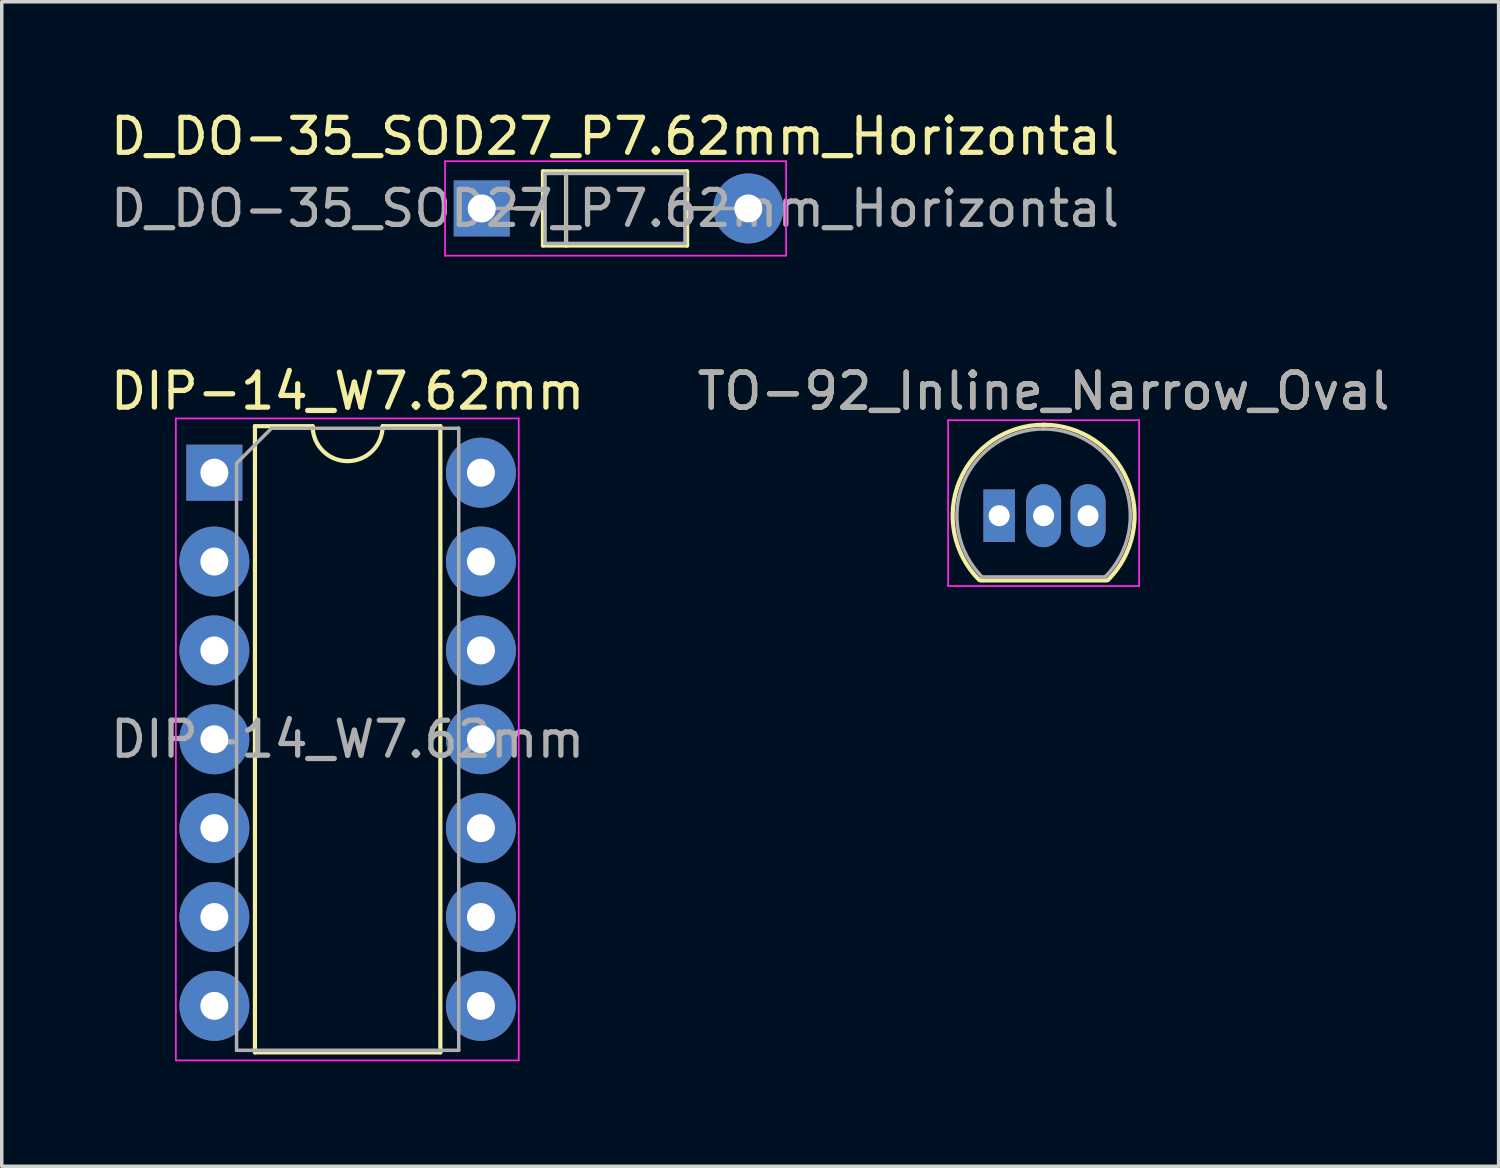
<source format=kicad_pcb>
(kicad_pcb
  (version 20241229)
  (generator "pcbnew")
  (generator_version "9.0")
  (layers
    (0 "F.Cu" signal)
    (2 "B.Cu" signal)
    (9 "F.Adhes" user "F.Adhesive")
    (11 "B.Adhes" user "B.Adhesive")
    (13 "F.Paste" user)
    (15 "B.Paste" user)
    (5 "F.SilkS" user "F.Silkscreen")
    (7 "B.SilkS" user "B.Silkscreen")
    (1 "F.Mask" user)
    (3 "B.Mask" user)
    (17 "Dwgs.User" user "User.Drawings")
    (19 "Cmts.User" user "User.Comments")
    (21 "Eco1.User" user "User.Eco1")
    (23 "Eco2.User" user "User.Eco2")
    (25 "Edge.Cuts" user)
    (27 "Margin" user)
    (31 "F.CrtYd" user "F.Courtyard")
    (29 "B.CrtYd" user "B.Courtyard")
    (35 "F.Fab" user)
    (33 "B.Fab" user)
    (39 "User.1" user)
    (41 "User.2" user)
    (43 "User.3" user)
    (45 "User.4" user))
  (footprint "TO-92_Inline_Narrow_Oval"
    (layer "F.Cu")
    (at 25.51 11.691)
    (property "Reference" "TO-92_Inline_Narrow_Oval" (at 1.27 -3.56 0) (layer "F.SilkS") (effects (font (size 1 1) (thickness 0.15))))
    (attr through_hole)
    (fp_line (start -0.53 1.85) (end 3.07 1.85) (stroke (width 0.12) (type solid)) (layer "F.SilkS"))
    (fp_arc (start -0.568478 1.838478) (mid -1.132087 -0.994977) (end 1.27 -2.6) (stroke (width 0.12) (type solid)) (layer "F.SilkS"))
    (fp_arc (start 1.27 -2.6) (mid 3.672087 -0.994977) (end 3.108478 1.838478) (stroke (width 0.12) (type solid)) (layer "F.SilkS"))
    (fp_line (start -1.46 -2.73) (end -1.46 2.01) (stroke (width 0.05) (type solid)) (layer "F.CrtYd"))
    (fp_line (start -1.46 -2.73) (end 4 -2.73) (stroke (width 0.05) (type solid)) (layer "F.CrtYd"))
    (fp_line (start 4 2.01) (end -1.46 2.01) (stroke (width 0.05) (type solid)) (layer "F.CrtYd"))
    (fp_line (start 4 2.01) (end 4 -2.73) (stroke (width 0.05) (type solid)) (layer "F.CrtYd"))
    (fp_line (start -0.5 1.75) (end 3 1.75) (stroke (width 0.1) (type solid)) (layer "F.Fab"))
    (fp_arc (start -0.483625 1.753625) (mid -1.021221 -0.949055) (end 1.27 -2.48) (stroke (width 0.1) (type solid)) (layer "F.Fab"))
    (fp_arc (start 1.27 -2.48) (mid 3.561221 -0.949055) (end 3.023625 1.753625) (stroke (width 0.1) (type solid)) (layer "F.Fab"))
    (fp_text user "${REFERENCE}" (at 1.27 -3.56 0) (layer "F.Fab") (effects (font (size 1 1) (thickness 0.15))))
    (pad "1" thru_hole rect (at 0 0 180) (size 0.9 1.5) (drill 0.6) (layers "*.Cu" "*.Mask"))
    (pad "2" thru_hole oval (at 1.27 0 180) (size 1 1.8) (drill 0.6) (layers "*.Cu" "*.Mask"))
    (pad "3" thru_hole oval (at 2.54 0 180) (size 1 1.8) (drill 0.6) (layers "*.Cu" "*.Mask")))
  (footprint "DIP-14_W7.62mm"
    (layer "F.Cu")
    (at 3.077 10.461)
    (property "Reference" "DIP-14_W7.62mm" (at 3.81 -2.33 0) (layer "F.SilkS") (effects (font (size 1 1) (thickness 0.15))))
    (attr through_hole)
    (fp_line (start 1.16 -1.33) (end 1.16 16.57) (stroke (width 0.12) (type solid)) (layer "F.SilkS"))
    (fp_line (start 1.16 16.57) (end 6.46 16.57) (stroke (width 0.12) (type solid)) (layer "F.SilkS"))
    (fp_line (start 2.81 -1.33) (end 1.16 -1.33) (stroke (width 0.12) (type solid)) (layer "F.SilkS"))
    (fp_line (start 6.46 -1.33) (end 4.81 -1.33) (stroke (width 0.12) (type solid)) (layer "F.SilkS"))
    (fp_line (start 6.46 16.57) (end 6.46 -1.33) (stroke (width 0.12) (type solid)) (layer "F.SilkS"))
    (fp_arc (start 4.81 -1.33) (mid 3.81 -0.33) (end 2.81 -1.33) (stroke (width 0.12) (type solid)) (layer "F.SilkS"))
    (fp_line (start -1.1 -1.55) (end -1.1 16.8) (stroke (width 0.05) (type solid)) (layer "F.CrtYd"))
    (fp_line (start -1.1 16.8) (end 8.7 16.8) (stroke (width 0.05) (type solid)) (layer "F.CrtYd"))
    (fp_line (start 8.7 -1.55) (end -1.1 -1.55) (stroke (width 0.05) (type solid)) (layer "F.CrtYd"))
    (fp_line (start 8.7 16.8) (end 8.7 -1.55) (stroke (width 0.05) (type solid)) (layer "F.CrtYd"))
    (fp_line (start 0.635 -0.27) (end 1.635 -1.27) (stroke (width 0.1) (type solid)) (layer "F.Fab"))
    (fp_line (start 0.635 16.51) (end 0.635 -0.27) (stroke (width 0.1) (type solid)) (layer "F.Fab"))
    (fp_line (start 1.635 -1.27) (end 6.985 -1.27) (stroke (width 0.1) (type solid)) (layer "F.Fab"))
    (fp_line (start 6.985 -1.27) (end 6.985 16.51) (stroke (width 0.1) (type solid)) (layer "F.Fab"))
    (fp_line (start 6.985 16.51) (end 0.635 16.51) (stroke (width 0.1) (type solid)) (layer "F.Fab"))
    (fp_text user "${REFERENCE}" (at 3.81 7.62 0) (layer "F.Fab") (effects (font (size 1 1) (thickness 0.15))))
    (pad "1" thru_hole rect (at 0 0) (size 1.6 1.6) (drill 0.8) (layers "*.Cu" "*.Mask"))
    (pad "2" thru_hole oval (at 0 2.54) (size 2 2) (drill 0.8) (layers "*.Cu" "*.Mask"))
    (pad "3" thru_hole oval (at 0 5.08) (size 2 2) (drill 0.8) (layers "*.Cu" "*.Mask"))
    (pad "4" thru_hole oval (at 0 7.62) (size 2 2) (drill 0.8) (layers "*.Cu" "*.Mask"))
    (pad "5" thru_hole oval (at 0 10.16) (size 2 2) (drill 0.8) (layers "*.Cu" "*.Mask"))
    (pad "6" thru_hole oval (at 0 12.7) (size 2 2) (drill 0.8) (layers "*.Cu" "*.Mask"))
    (pad "7" thru_hole oval (at 0 15.24) (size 2 2) (drill 0.8) (layers "*.Cu" "*.Mask"))
    (pad "8" thru_hole oval (at 7.62 15.24) (size 2 2) (drill 0.8) (layers "*.Cu" "*.Mask"))
    (pad "9" thru_hole oval (at 7.62 12.7) (size 2 2) (drill 0.8) (layers "*.Cu" "*.Mask"))
    (pad "10" thru_hole oval (at 7.62 10.16) (size 2 2) (drill 0.8) (layers "*.Cu" "*.Mask"))
    (pad "11" thru_hole oval (at 7.62 7.62) (size 2 2) (drill 0.8) (layers "*.Cu" "*.Mask"))
    (pad "12" thru_hole oval (at 7.62 5.08) (size 2 2) (drill 0.8) (layers "*.Cu" "*.Mask"))
    (pad "13" thru_hole oval (at 7.62 2.54) (size 2 2) (drill 0.8) (layers "*.Cu" "*.Mask"))
    (pad "14" thru_hole oval (at 7.62 0) (size 2 2) (drill 0.8) (layers "*.Cu" "*.Mask")))
  (footprint "D_DO-35_SOD27_P7.62mm_Horizontal"
    (layer "F.Cu")
    (at 10.72 2.908)
    (property "Reference" "D_DO-35_SOD27_P7.62mm_Horizontal" (at 3.81 -2.06 0) (layer "F.SilkS") (effects (font (size 1 1) (thickness 0.15))))
    (attr through_hole)
    (fp_line (start 0.98 0) (end 1.75 0) (stroke (width 0.12) (type solid)) (layer "F.SilkS"))
    (fp_line (start 1.75 -1.06) (end 1.75 1.06) (stroke (width 0.12) (type solid)) (layer "F.SilkS"))
    (fp_line (start 1.75 1.06) (end 5.87 1.06) (stroke (width 0.12) (type solid)) (layer "F.SilkS"))
    (fp_line (start 2.41 -1.06) (end 2.41 1.06) (stroke (width 0.12) (type solid)) (layer "F.SilkS"))
    (fp_line (start 5.87 -1.06) (end 1.75 -1.06) (stroke (width 0.12) (type solid)) (layer "F.SilkS"))
    (fp_line (start 5.87 1.06) (end 5.87 -1.06) (stroke (width 0.12) (type solid)) (layer "F.SilkS"))
    (fp_line (start 6.64 0) (end 5.87 0) (stroke (width 0.12) (type solid)) (layer "F.SilkS"))
    (fp_line (start -1.05 -1.35) (end -1.05 1.35) (stroke (width 0.05) (type solid)) (layer "F.CrtYd"))
    (fp_line (start -1.05 1.35) (end 8.7 1.35) (stroke (width 0.05) (type solid)) (layer "F.CrtYd"))
    (fp_line (start 8.7 -1.35) (end -1.05 -1.35) (stroke (width 0.05) (type solid)) (layer "F.CrtYd"))
    (fp_line (start 8.7 1.35) (end 8.7 -1.35) (stroke (width 0.05) (type solid)) (layer "F.CrtYd"))
    (fp_line (start 0 0) (end 1.81 0) (stroke (width 0.1) (type solid)) (layer "F.Fab"))
    (fp_line (start 1.81 -1) (end 1.81 1) (stroke (width 0.1) (type solid)) (layer "F.Fab"))
    (fp_line (start 1.81 1) (end 5.81 1) (stroke (width 0.1) (type solid)) (layer "F.Fab"))
    (fp_line (start 2.41 -1) (end 2.41 1) (stroke (width 0.1) (type solid)) (layer "F.Fab"))
    (fp_line (start 5.81 -1) (end 1.81 -1) (stroke (width 0.1) (type solid)) (layer "F.Fab"))
    (fp_line (start 5.81 1) (end 5.81 -1) (stroke (width 0.1) (type solid)) (layer "F.Fab"))
    (fp_line (start 7.62 0) (end 5.81 0) (stroke (width 0.1) (type solid)) (layer "F.Fab"))
    (fp_text user "${REFERENCE}" (at 3.81 0 0) (layer "F.Fab") (effects (font (size 1 1) (thickness 0.15))))
    (pad "1" thru_hole rect (at 0 0) (size 1.6 1.6) (drill 0.8) (layers "*.Cu" "*.Mask"))
    (pad "2" thru_hole oval (at 7.62 0) (size 2 2) (drill 0.8) (layers "*.Cu" "*.Mask")))
  (gr_rect
    (start -3 -3)
    (end 39.786 30.287)
    (stroke (width 0.1) (type default))
    (fill no)
    (layer "Edge.Cuts")))
</source>
